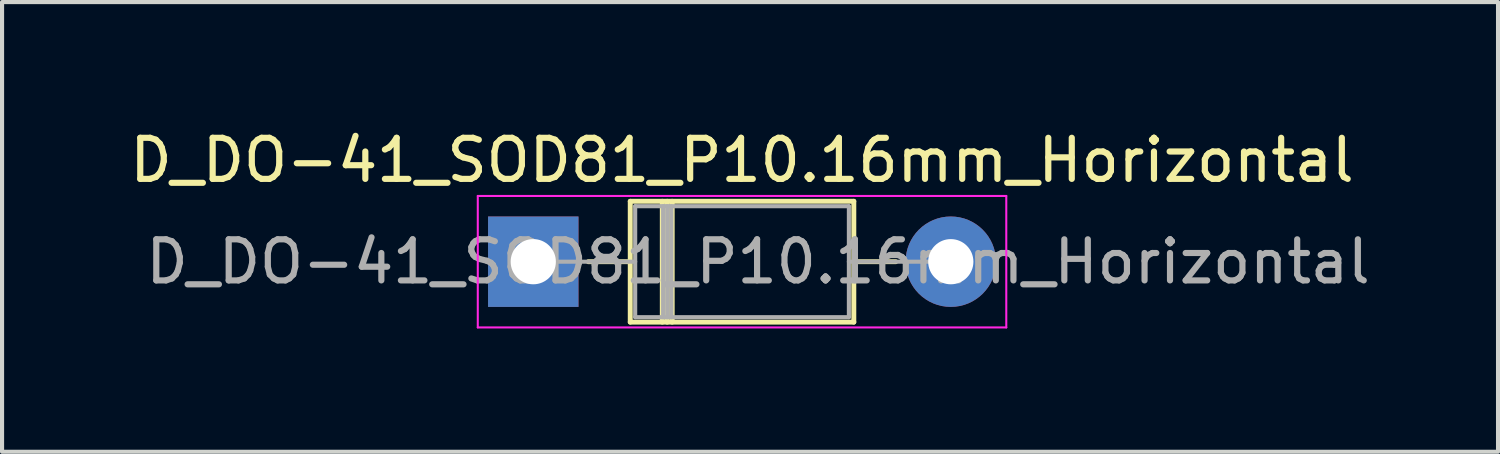
<source format=kicad_pcb>
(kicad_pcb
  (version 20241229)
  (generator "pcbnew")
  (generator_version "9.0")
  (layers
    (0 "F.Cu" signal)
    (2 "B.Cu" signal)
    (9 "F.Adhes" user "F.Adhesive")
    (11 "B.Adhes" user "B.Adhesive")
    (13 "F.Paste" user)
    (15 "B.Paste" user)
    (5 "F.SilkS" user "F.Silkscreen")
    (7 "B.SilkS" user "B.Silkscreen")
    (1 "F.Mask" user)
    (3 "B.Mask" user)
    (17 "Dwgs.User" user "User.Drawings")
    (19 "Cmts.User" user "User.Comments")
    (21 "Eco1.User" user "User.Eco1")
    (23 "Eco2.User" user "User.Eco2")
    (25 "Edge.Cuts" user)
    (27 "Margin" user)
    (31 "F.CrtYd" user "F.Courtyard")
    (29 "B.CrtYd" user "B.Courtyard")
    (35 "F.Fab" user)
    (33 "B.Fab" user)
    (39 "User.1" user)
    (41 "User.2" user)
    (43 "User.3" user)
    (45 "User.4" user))
  (footprint "D_DO-41_SOD81_P10.16mm_Horizontal"
    (layer "F.Cu")
    (at 9.926 3.318)
    (property "Reference" "D_DO-41_SOD81_P10.16mm_Horizontal" (at 5.08 -2.47 0) (layer "F.SilkS") (effects (font (size 1 1) (thickness 0.15))))
    (attr through_hole)
    (fp_line (start 1.34 0) (end 2.36 0) (stroke (width 0.12) (type solid)) (layer "F.SilkS"))
    (fp_line (start 2.36 -1.47) (end 2.36 1.47) (stroke (width 0.12) (type solid)) (layer "F.SilkS"))
    (fp_line (start 2.36 1.47) (end 7.8 1.47) (stroke (width 0.12) (type solid)) (layer "F.SilkS"))
    (fp_line (start 3.14 -1.47) (end 3.14 1.47) (stroke (width 0.12) (type solid)) (layer "F.SilkS"))
    (fp_line (start 3.26 -1.47) (end 3.26 1.47) (stroke (width 0.12) (type solid)) (layer "F.SilkS"))
    (fp_line (start 3.38 -1.47) (end 3.38 1.47) (stroke (width 0.12) (type solid)) (layer "F.SilkS"))
    (fp_line (start 7.8 -1.47) (end 2.36 -1.47) (stroke (width 0.12) (type solid)) (layer "F.SilkS"))
    (fp_line (start 7.8 1.47) (end 7.8 -1.47) (stroke (width 0.12) (type solid)) (layer "F.SilkS"))
    (fp_line (start 8.82 0) (end 7.8 0) (stroke (width 0.12) (type solid)) (layer "F.SilkS"))
    (fp_line (start -1.35 -1.6) (end -1.35 1.6) (stroke (width 0.05) (type solid)) (layer "F.CrtYd"))
    (fp_line (start -1.35 1.6) (end 11.51 1.6) (stroke (width 0.05) (type solid)) (layer "F.CrtYd"))
    (fp_line (start 11.51 -1.6) (end -1.35 -1.6) (stroke (width 0.05) (type solid)) (layer "F.CrtYd"))
    (fp_line (start 11.51 1.6) (end 11.51 -1.6) (stroke (width 0.05) (type solid)) (layer "F.CrtYd"))
    (fp_line (start 0 0) (end 2.48 0) (stroke (width 0.1) (type solid)) (layer "F.Fab"))
    (fp_line (start 2.48 -1.35) (end 2.48 1.35) (stroke (width 0.1) (type solid)) (layer "F.Fab"))
    (fp_line (start 2.48 1.35) (end 7.68 1.35) (stroke (width 0.1) (type solid)) (layer "F.Fab"))
    (fp_line (start 3.16 -1.35) (end 3.16 1.35) (stroke (width 0.1) (type solid)) (layer "F.Fab"))
    (fp_line (start 3.26 -1.35) (end 3.26 1.35) (stroke (width 0.1) (type solid)) (layer "F.Fab"))
    (fp_line (start 3.36 -1.35) (end 3.36 1.35) (stroke (width 0.1) (type solid)) (layer "F.Fab"))
    (fp_line (start 7.68 -1.35) (end 2.48 -1.35) (stroke (width 0.1) (type solid)) (layer "F.Fab"))
    (fp_line (start 7.68 1.35) (end 7.68 -1.35) (stroke (width 0.1) (type solid)) (layer "F.Fab"))
    (fp_line (start 10.16 0) (end 7.68 0) (stroke (width 0.1) (type solid)) (layer "F.Fab"))
    (fp_text user "${REFERENCE}" (at 5.47 0 0) (layer "F.Fab") (effects (font (size 1 1) (thickness 0.15))))
    (pad "1" thru_hole rect (at 0 0) (size 2.2 2.2) (drill 1.1) (layers "*.Cu" "*.Mask"))
    (pad "2" thru_hole oval (at 10.16 0) (size 2.2 2.2) (drill 1.1) (layers "*.Cu" "*.Mask")))
  (gr_rect
    (start -3 -3)
    (end 33.402 7.943)
    (stroke (width 0.1) (type default))
    (fill no)
    (layer "Edge.Cuts")))
</source>
